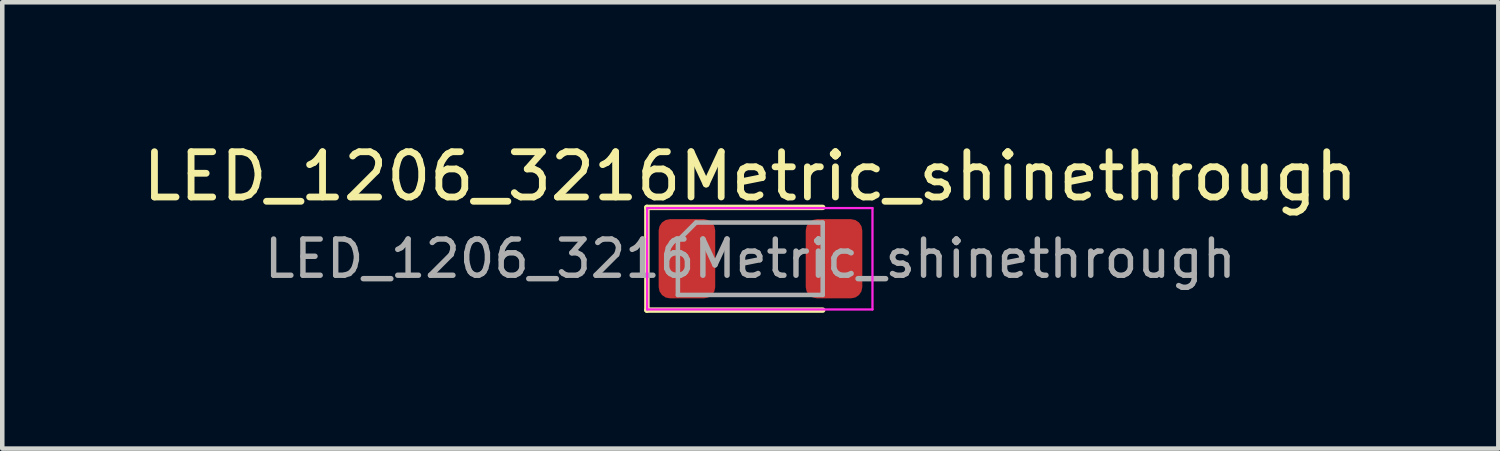
<source format=kicad_pcb>
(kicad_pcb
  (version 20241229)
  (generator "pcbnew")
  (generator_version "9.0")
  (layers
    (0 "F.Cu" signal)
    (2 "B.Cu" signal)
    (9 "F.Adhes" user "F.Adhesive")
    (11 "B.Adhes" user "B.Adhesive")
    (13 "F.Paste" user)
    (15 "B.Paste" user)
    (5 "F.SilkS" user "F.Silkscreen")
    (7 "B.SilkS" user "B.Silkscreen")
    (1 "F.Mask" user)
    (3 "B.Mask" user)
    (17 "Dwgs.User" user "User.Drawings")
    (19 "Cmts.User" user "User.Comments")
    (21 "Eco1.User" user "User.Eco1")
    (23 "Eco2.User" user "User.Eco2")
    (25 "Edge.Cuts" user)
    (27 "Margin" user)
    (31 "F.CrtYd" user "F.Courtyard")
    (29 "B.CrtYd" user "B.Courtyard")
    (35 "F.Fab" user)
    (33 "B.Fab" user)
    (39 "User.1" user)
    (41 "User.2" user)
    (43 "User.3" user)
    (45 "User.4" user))
  (footprint "LED_1206_3216Metric_shinethrough"
    (layer "F.Cu")
    (at 13.53 2.668)
    (property "Reference" "LED_1206_3216Metric_shinethrough" (at 0 -1.82 0) (layer "F.SilkS") (effects (font (size 1 1) (thickness 0.15))))
    (attr smd)
    (fp_rect (start -0.7 -0.8) (end 1.1 0.8) (stroke (width 0.05) (type solid)) (fill yes) (layer "F.Mask"))
    (fp_line (start -2.285 -1.135) (end -2.285 1.135) (stroke (width 0.12) (type solid)) (layer "F.SilkS"))
    (fp_line (start -2.285 1.135) (end 1.6 1.135) (stroke (width 0.12) (type solid)) (layer "F.SilkS"))
    (fp_line (start 1.6 -1.135) (end -2.285 -1.135) (stroke (width 0.12) (type solid)) (layer "F.SilkS"))
    (fp_line (start -2.28 -1.12) (end 2.7 -1.12) (stroke (width 0.05) (type solid)) (layer "F.CrtYd"))
    (fp_line (start -2.28 1.12) (end -2.28 -1.12) (stroke (width 0.05) (type solid)) (layer "F.CrtYd"))
    (fp_line (start 2.7 -1.12) (end 2.7 1.12) (stroke (width 0.05) (type solid)) (layer "F.CrtYd"))
    (fp_line (start 2.7 1.12) (end -2.28 1.12) (stroke (width 0.05) (type solid)) (layer "F.CrtYd"))
    (fp_line (start -1.6 -0.4) (end -1.6 0.8) (stroke (width 0.1) (type solid)) (layer "F.Fab"))
    (fp_line (start -1.6 0.8) (end 1.6 0.8) (stroke (width 0.1) (type solid)) (layer "F.Fab"))
    (fp_line (start -1.2 -0.8) (end -1.6 -0.4) (stroke (width 0.1) (type solid)) (layer "F.Fab"))
    (fp_line (start 1.6 -0.8) (end -1.2 -0.8) (stroke (width 0.1) (type solid)) (layer "F.Fab"))
    (fp_line (start 1.6 0.8) (end 1.6 -0.8) (stroke (width 0.1) (type solid)) (layer "F.Fab"))
    (fp_text user "${REFERENCE}" (at 0 0 0) (layer "F.Fab") (effects (font (size 0.8 0.8) (thickness 0.12))))
    (pad "1" smd roundrect (at -1.4 0) (size 1.25 1.75) (layers "F.Cu" "F.Mask" "F.Paste") (roundrect_rratio 0.2))
    (pad "2" smd roundrect (at 1.85 0) (size 1.25 1.75) (layers "F.Cu" "F.Mask" "F.Paste") (roundrect_rratio 0.2)))
  (gr_rect
    (start -3 -3)
    (end 30.06 6.863)
    (stroke (width 0.1) (type default))
    (fill no)
    (layer "Edge.Cuts")))
</source>
